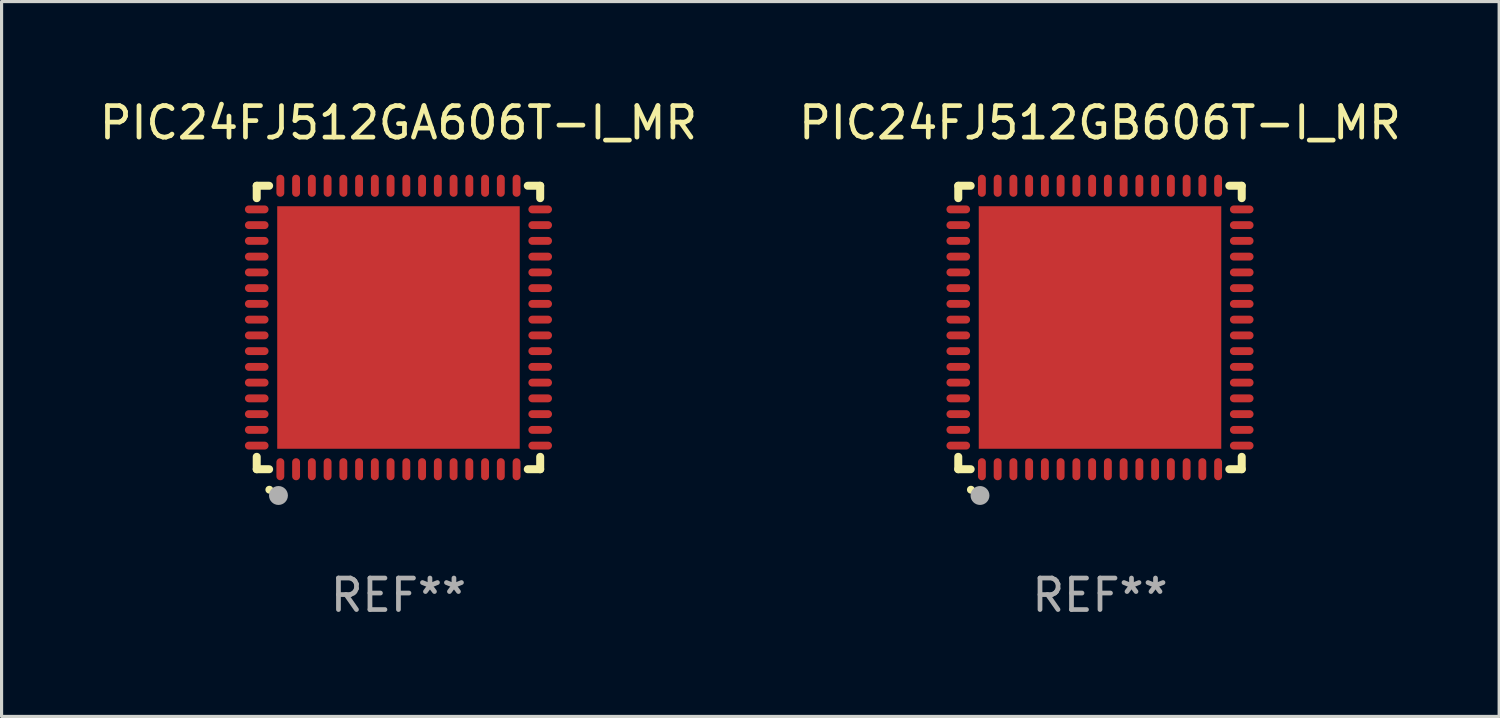
<source format=kicad_pcb>
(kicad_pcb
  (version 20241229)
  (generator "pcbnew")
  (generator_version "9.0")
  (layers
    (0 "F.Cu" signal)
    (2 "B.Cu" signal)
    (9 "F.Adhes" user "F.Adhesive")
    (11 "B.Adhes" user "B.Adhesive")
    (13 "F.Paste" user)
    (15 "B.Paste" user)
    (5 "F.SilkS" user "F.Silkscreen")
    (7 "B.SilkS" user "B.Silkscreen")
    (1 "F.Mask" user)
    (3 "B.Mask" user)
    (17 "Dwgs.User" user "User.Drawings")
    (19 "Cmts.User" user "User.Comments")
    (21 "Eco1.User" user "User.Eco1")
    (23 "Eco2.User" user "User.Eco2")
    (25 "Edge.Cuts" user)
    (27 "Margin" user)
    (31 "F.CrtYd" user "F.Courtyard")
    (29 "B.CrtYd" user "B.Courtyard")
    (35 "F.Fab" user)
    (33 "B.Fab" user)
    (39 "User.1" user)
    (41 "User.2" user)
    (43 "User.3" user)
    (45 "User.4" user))
  (footprint "PIC24FJ512GA606T-I_MR"
    (layer "F.Cu")
    (at 9.601 7.348)
    (property "Reference" "PIC24FJ512GA606T-I_MR" (at 0 -6.5 0) (layer "F.SilkS") (effects (font (size 1 1) (thickness 0.15))))
    (attr through_hole)
    (fp_line (start -4.5 -4.5) (end -4.106 -4.5) (stroke (width 0.254) (type solid)) (layer "F.SilkS"))
    (fp_line (start -4.5 -4.106) (end -4.5 -4.5) (stroke (width 0.254) (type solid)) (layer "F.SilkS"))
    (fp_line (start -4.5 4.5) (end -4.5 4.106) (stroke (width 0.254) (type solid)) (layer "F.SilkS"))
    (fp_line (start -4.106 4.5) (end -4.5 4.5) (stroke (width 0.254) (type solid)) (layer "F.SilkS"))
    (fp_line (start 4.106 -4.5) (end 4.5 -4.5) (stroke (width 0.254) (type solid)) (layer "F.SilkS"))
    (fp_line (start 4.5 -4.5) (end 4.5 -4.106) (stroke (width 0.254) (type solid)) (layer "F.SilkS"))
    (fp_line (start 4.5 4.106) (end 4.5 4.5) (stroke (width 0.254) (type solid)) (layer "F.SilkS"))
    (fp_line (start 4.5 4.5) (end 4.106 4.5) (stroke (width 0.254) (type solid)) (layer "F.SilkS"))
    (fp_arc (start -4.099987 5.149898) (mid -4.098717 5.149892) (end -4.097447 5.149898) (stroke (width 0.24892) (type solid)) (layer "F.SilkS"))
    (fp_circle (center -4.5 4.5) (end -4.47 4.5) (stroke (width 0.06) (type solid)) (fill no) (layer "F.SilkS"))
    (fp_circle (center -3.81 5.334) (end -3.66 5.334) (stroke (width 0.3) (type solid)) (fill no) (layer "F.Fab"))
    (fp_text user "REF**" (at 0 8.5 0) (layer "F.Fab") (effects (font (size 1 1) (thickness 0.15))))
    (pad "1" smd oval (at -3.75 4.5) (size 0.25 0.7) (layers "F.Cu" "F.Mask" "F.Paste"))
    (pad "2" smd oval (at -3.25 4.5) (size 0.25 0.7) (layers "F.Cu" "F.Mask" "F.Paste"))
    (pad "3" smd oval (at -2.75 4.5) (size 0.25 0.7) (layers "F.Cu" "F.Mask" "F.Paste"))
    (pad "4" smd oval (at -2.25 4.5) (size 0.25 0.7) (layers "F.Cu" "F.Mask" "F.Paste"))
    (pad "5" smd oval (at -1.75 4.5) (size 0.25 0.7) (layers "F.Cu" "F.Mask" "F.Paste"))
    (pad "6" smd oval (at -1.25 4.5) (size 0.25 0.7) (layers "F.Cu" "F.Mask" "F.Paste"))
    (pad "7" smd oval (at -0.75 4.5) (size 0.25 0.7) (layers "F.Cu" "F.Mask" "F.Paste"))
    (pad "8" smd oval (at -0.25 4.5) (size 0.25 0.7) (layers "F.Cu" "F.Mask" "F.Paste"))
    (pad "9" smd oval (at 0.25 4.5) (size 0.25 0.7) (layers "F.Cu" "F.Mask" "F.Paste"))
    (pad "10" smd oval (at 0.75 4.5) (size 0.25 0.7) (layers "F.Cu" "F.Mask" "F.Paste"))
    (pad "11" smd oval (at 1.25 4.5) (size 0.25 0.7) (layers "F.Cu" "F.Mask" "F.Paste"))
    (pad "12" smd oval (at 1.75 4.5) (size 0.25 0.7) (layers "F.Cu" "F.Mask" "F.Paste"))
    (pad "13" smd oval (at 2.25 4.5) (size 0.25 0.7) (layers "F.Cu" "F.Mask" "F.Paste"))
    (pad "14" smd oval (at 2.75 4.5) (size 0.25 0.7) (layers "F.Cu" "F.Mask" "F.Paste"))
    (pad "15" smd oval (at 3.25 4.5) (size 0.25 0.7) (layers "F.Cu" "F.Mask" "F.Paste"))
    (pad "16" smd oval (at 3.75 4.5) (size 0.25 0.7) (layers "F.Cu" "F.Mask" "F.Paste"))
    (pad "17" smd oval (at 4.5 3.75) (size 0.75 0.25) (layers "F.Cu" "F.Mask" "F.Paste"))
    (pad "18" smd oval (at 4.5 3.25) (size 0.75 0.25) (layers "F.Cu" "F.Mask" "F.Paste"))
    (pad "19" smd oval (at 4.5 2.75) (size 0.75 0.25) (layers "F.Cu" "F.Mask" "F.Paste"))
    (pad "20" smd oval (at 4.5 2.25) (size 0.75 0.25) (layers "F.Cu" "F.Mask" "F.Paste"))
    (pad "21" smd oval (at 4.5 1.75) (size 0.75 0.25) (layers "F.Cu" "F.Mask" "F.Paste"))
    (pad "22" smd oval (at 4.5 1.25) (size 0.75 0.25) (layers "F.Cu" "F.Mask" "F.Paste"))
    (pad "23" smd oval (at 4.5 0.75) (size 0.75 0.25) (layers "F.Cu" "F.Mask" "F.Paste"))
    (pad "24" smd oval (at 4.5 0.25) (size 0.75 0.25) (layers "F.Cu" "F.Mask" "F.Paste"))
    (pad "25" smd oval (at 4.5 -0.25) (size 0.75 0.25) (layers "F.Cu" "F.Mask" "F.Paste"))
    (pad "26" smd oval (at 4.5 -0.75) (size 0.75 0.25) (layers "F.Cu" "F.Mask" "F.Paste"))
    (pad "27" smd oval (at 4.5 -1.25) (size 0.75 0.25) (layers "F.Cu" "F.Mask" "F.Paste"))
    (pad "28" smd oval (at 4.5 -1.75) (size 0.75 0.25) (layers "F.Cu" "F.Mask" "F.Paste"))
    (pad "29" smd oval (at 4.5 -2.25) (size 0.75 0.25) (layers "F.Cu" "F.Mask" "F.Paste"))
    (pad "30" smd oval (at 4.5 -2.75) (size 0.75 0.25) (layers "F.Cu" "F.Mask" "F.Paste"))
    (pad "31" smd oval (at 4.5 -3.25) (size 0.75 0.25) (layers "F.Cu" "F.Mask" "F.Paste"))
    (pad "32" smd oval (at 4.5 -3.75) (size 0.75 0.25) (layers "F.Cu" "F.Mask" "F.Paste"))
    (pad "33" smd oval (at 3.75 -4.5) (size 0.25 0.7) (layers "F.Cu" "F.Mask" "F.Paste"))
    (pad "34" smd oval (at 3.25 -4.5) (size 0.25 0.7) (layers "F.Cu" "F.Mask" "F.Paste"))
    (pad "35" smd oval (at 2.75 -4.5) (size 0.25 0.7) (layers "F.Cu" "F.Mask" "F.Paste"))
    (pad "36" smd oval (at 2.25 -4.5) (size 0.25 0.7) (layers "F.Cu" "F.Mask" "F.Paste"))
    (pad "37" smd oval (at 1.75 -4.5) (size 0.25 0.7) (layers "F.Cu" "F.Mask" "F.Paste"))
    (pad "38" smd oval (at 1.25 -4.5) (size 0.25 0.7) (layers "F.Cu" "F.Mask" "F.Paste"))
    (pad "39" smd oval (at 0.75 -4.5) (size 0.25 0.7) (layers "F.Cu" "F.Mask" "F.Paste"))
    (pad "40" smd oval (at 0.25 -4.5) (size 0.25 0.7) (layers "F.Cu" "F.Mask" "F.Paste"))
    (pad "41" smd oval (at -0.25 -4.5) (size 0.25 0.7) (layers "F.Cu" "F.Mask" "F.Paste"))
    (pad "42" smd oval (at -0.75 -4.5) (size 0.25 0.7) (layers "F.Cu" "F.Mask" "F.Paste"))
    (pad "43" smd oval (at -1.25 -4.5) (size 0.25 0.7) (layers "F.Cu" "F.Mask" "F.Paste"))
    (pad "44" smd oval (at -1.75 -4.5) (size 0.25 0.7) (layers "F.Cu" "F.Mask" "F.Paste"))
    (pad "45" smd oval (at -2.25 -4.5) (size 0.25 0.7) (layers "F.Cu" "F.Mask" "F.Paste"))
    (pad "46" smd oval (at -2.75 -4.5) (size 0.25 0.7) (layers "F.Cu" "F.Mask" "F.Paste"))
    (pad "47" smd oval (at -3.25 -4.5) (size 0.25 0.7) (layers "F.Cu" "F.Mask" "F.Paste"))
    (pad "48" smd oval (at -3.75 -4.5) (size 0.25 0.7) (layers "F.Cu" "F.Mask" "F.Paste"))
    (pad "49" smd oval (at -4.5 -3.75) (size 0.75 0.25) (layers "F.Cu" "F.Mask" "F.Paste"))
    (pad "50" smd oval (at -4.5 -3.25) (size 0.75 0.25) (layers "F.Cu" "F.Mask" "F.Paste"))
    (pad "51" smd oval (at -4.5 -2.75) (size 0.75 0.25) (layers "F.Cu" "F.Mask" "F.Paste"))
    (pad "52" smd oval (at -4.5 -2.25) (size 0.75 0.25) (layers "F.Cu" "F.Mask" "F.Paste"))
    (pad "53" smd oval (at -4.5 -1.75) (size 0.75 0.25) (layers "F.Cu" "F.Mask" "F.Paste"))
    (pad "54" smd oval (at -4.5 -1.25) (size 0.75 0.25) (layers "F.Cu" "F.Mask" "F.Paste"))
    (pad "55" smd oval (at -4.5 -0.75) (size 0.75 0.25) (layers "F.Cu" "F.Mask" "F.Paste"))
    (pad "56" smd oval (at -4.5 -0.25) (size 0.75 0.25) (layers "F.Cu" "F.Mask" "F.Paste"))
    (pad "57" smd oval (at -4.5 0.25) (size 0.75 0.25) (layers "F.Cu" "F.Mask" "F.Paste"))
    (pad "58" smd oval (at -4.5 0.75) (size 0.75 0.25) (layers "F.Cu" "F.Mask" "F.Paste"))
    (pad "59" smd oval (at -4.5 1.25) (size 0.75 0.25) (layers "F.Cu" "F.Mask" "F.Paste"))
    (pad "60" smd oval (at -4.5 1.75) (size 0.75 0.25) (layers "F.Cu" "F.Mask" "F.Paste"))
    (pad "61" smd oval (at -4.5 2.25) (size 0.75 0.25) (layers "F.Cu" "F.Mask" "F.Paste"))
    (pad "62" smd oval (at -4.5 2.75) (size 0.75 0.25) (layers "F.Cu" "F.Mask" "F.Paste"))
    (pad "63" smd oval (at -4.5 3.25) (size 0.75 0.25) (layers "F.Cu" "F.Mask" "F.Paste"))
    (pad "64" smd oval (at -4.5 3.75) (size 0.75 0.25) (layers "F.Cu" "F.Mask" "F.Paste"))
    (pad "65" smd rect (at 0.000394 -0.000013) (size 7.7 7.7) (layers "F.Cu" "F.Mask" "F.Paste")))
  (footprint "PIC24FJ512GB606T-I_MR"
    (layer "F.Cu")
    (at 31.875 7.348)
    (property "Reference" "PIC24FJ512GB606T-I_MR" (at 0 -6.5 0) (layer "F.SilkS") (effects (font (size 1 1) (thickness 0.15))))
    (attr through_hole)
    (fp_line (start -4.5 -4.5) (end -4.106 -4.5) (stroke (width 0.254) (type solid)) (layer "F.SilkS"))
    (fp_line (start -4.5 -4.106) (end -4.5 -4.5) (stroke (width 0.254) (type solid)) (layer "F.SilkS"))
    (fp_line (start -4.5 4.5) (end -4.5 4.106) (stroke (width 0.254) (type solid)) (layer "F.SilkS"))
    (fp_line (start -4.106 4.5) (end -4.5 4.5) (stroke (width 0.254) (type solid)) (layer "F.SilkS"))
    (fp_line (start 4.106 -4.5) (end 4.5 -4.5) (stroke (width 0.254) (type solid)) (layer "F.SilkS"))
    (fp_line (start 4.5 -4.5) (end 4.5 -4.106) (stroke (width 0.254) (type solid)) (layer "F.SilkS"))
    (fp_line (start 4.5 4.106) (end 4.5 4.5) (stroke (width 0.254) (type solid)) (layer "F.SilkS"))
    (fp_line (start 4.5 4.5) (end 4.106 4.5) (stroke (width 0.254) (type solid)) (layer "F.SilkS"))
    (fp_arc (start -4.099987 5.149898) (mid -4.098717 5.149892) (end -4.097447 5.149898) (stroke (width 0.24892) (type solid)) (layer "F.SilkS"))
    (fp_circle (center -4.5 4.5) (end -4.47 4.5) (stroke (width 0.06) (type solid)) (fill no) (layer "F.SilkS"))
    (fp_circle (center -3.81 5.334) (end -3.66 5.334) (stroke (width 0.3) (type solid)) (fill no) (layer "F.Fab"))
    (fp_text user "REF**" (at 0 8.5 0) (layer "F.Fab") (effects (font (size 1 1) (thickness 0.15))))
    (pad "1" smd oval (at -3.75 4.5) (size 0.25 0.7) (layers "F.Cu" "F.Mask" "F.Paste"))
    (pad "2" smd oval (at -3.25 4.5) (size 0.25 0.7) (layers "F.Cu" "F.Mask" "F.Paste"))
    (pad "3" smd oval (at -2.75 4.5) (size 0.25 0.7) (layers "F.Cu" "F.Mask" "F.Paste"))
    (pad "4" smd oval (at -2.25 4.5) (size 0.25 0.7) (layers "F.Cu" "F.Mask" "F.Paste"))
    (pad "5" smd oval (at -1.75 4.5) (size 0.25 0.7) (layers "F.Cu" "F.Mask" "F.Paste"))
    (pad "6" smd oval (at -1.25 4.5) (size 0.25 0.7) (layers "F.Cu" "F.Mask" "F.Paste"))
    (pad "7" smd oval (at -0.75 4.5) (size 0.25 0.7) (layers "F.Cu" "F.Mask" "F.Paste"))
    (pad "8" smd oval (at -0.25 4.5) (size 0.25 0.7) (layers "F.Cu" "F.Mask" "F.Paste"))
    (pad "9" smd oval (at 0.25 4.5) (size 0.25 0.7) (layers "F.Cu" "F.Mask" "F.Paste"))
    (pad "10" smd oval (at 0.75 4.5) (size 0.25 0.7) (layers "F.Cu" "F.Mask" "F.Paste"))
    (pad "11" smd oval (at 1.25 4.5) (size 0.25 0.7) (layers "F.Cu" "F.Mask" "F.Paste"))
    (pad "12" smd oval (at 1.75 4.5) (size 0.25 0.7) (layers "F.Cu" "F.Mask" "F.Paste"))
    (pad "13" smd oval (at 2.25 4.5) (size 0.25 0.7) (layers "F.Cu" "F.Mask" "F.Paste"))
    (pad "14" smd oval (at 2.75 4.5) (size 0.25 0.7) (layers "F.Cu" "F.Mask" "F.Paste"))
    (pad "15" smd oval (at 3.25 4.5) (size 0.25 0.7) (layers "F.Cu" "F.Mask" "F.Paste"))
    (pad "16" smd oval (at 3.75 4.5) (size 0.25 0.7) (layers "F.Cu" "F.Mask" "F.Paste"))
    (pad "17" smd oval (at 4.5 3.75) (size 0.75 0.25) (layers "F.Cu" "F.Mask" "F.Paste"))
    (pad "18" smd oval (at 4.5 3.25) (size 0.75 0.25) (layers "F.Cu" "F.Mask" "F.Paste"))
    (pad "19" smd oval (at 4.5 2.75) (size 0.75 0.25) (layers "F.Cu" "F.Mask" "F.Paste"))
    (pad "20" smd oval (at 4.5 2.25) (size 0.75 0.25) (layers "F.Cu" "F.Mask" "F.Paste"))
    (pad "21" smd oval (at 4.5 1.75) (size 0.75 0.25) (layers "F.Cu" "F.Mask" "F.Paste"))
    (pad "22" smd oval (at 4.5 1.25) (size 0.75 0.25) (layers "F.Cu" "F.Mask" "F.Paste"))
    (pad "23" smd oval (at 4.5 0.75) (size 0.75 0.25) (layers "F.Cu" "F.Mask" "F.Paste"))
    (pad "24" smd oval (at 4.5 0.25) (size 0.75 0.25) (layers "F.Cu" "F.Mask" "F.Paste"))
    (pad "25" smd oval (at 4.5 -0.25) (size 0.75 0.25) (layers "F.Cu" "F.Mask" "F.Paste"))
    (pad "26" smd oval (at 4.5 -0.75) (size 0.75 0.25) (layers "F.Cu" "F.Mask" "F.Paste"))
    (pad "27" smd oval (at 4.5 -1.25) (size 0.75 0.25) (layers "F.Cu" "F.Mask" "F.Paste"))
    (pad "28" smd oval (at 4.5 -1.75) (size 0.75 0.25) (layers "F.Cu" "F.Mask" "F.Paste"))
    (pad "29" smd oval (at 4.5 -2.25) (size 0.75 0.25) (layers "F.Cu" "F.Mask" "F.Paste"))
    (pad "30" smd oval (at 4.5 -2.75) (size 0.75 0.25) (layers "F.Cu" "F.Mask" "F.Paste"))
    (pad "31" smd oval (at 4.5 -3.25) (size 0.75 0.25) (layers "F.Cu" "F.Mask" "F.Paste"))
    (pad "32" smd oval (at 4.5 -3.75) (size 0.75 0.25) (layers "F.Cu" "F.Mask" "F.Paste"))
    (pad "33" smd oval (at 3.75 -4.5) (size 0.25 0.7) (layers "F.Cu" "F.Mask" "F.Paste"))
    (pad "34" smd oval (at 3.25 -4.5) (size 0.25 0.7) (layers "F.Cu" "F.Mask" "F.Paste"))
    (pad "35" smd oval (at 2.75 -4.5) (size 0.25 0.7) (layers "F.Cu" "F.Mask" "F.Paste"))
    (pad "36" smd oval (at 2.25 -4.5) (size 0.25 0.7) (layers "F.Cu" "F.Mask" "F.Paste"))
    (pad "37" smd oval (at 1.75 -4.5) (size 0.25 0.7) (layers "F.Cu" "F.Mask" "F.Paste"))
    (pad "38" smd oval (at 1.25 -4.5) (size 0.25 0.7) (layers "F.Cu" "F.Mask" "F.Paste"))
    (pad "39" smd oval (at 0.75 -4.5) (size 0.25 0.7) (layers "F.Cu" "F.Mask" "F.Paste"))
    (pad "40" smd oval (at 0.25 -4.5) (size 0.25 0.7) (layers "F.Cu" "F.Mask" "F.Paste"))
    (pad "41" smd oval (at -0.25 -4.5) (size 0.25 0.7) (layers "F.Cu" "F.Mask" "F.Paste"))
    (pad "42" smd oval (at -0.75 -4.5) (size 0.25 0.7) (layers "F.Cu" "F.Mask" "F.Paste"))
    (pad "43" smd oval (at -1.25 -4.5) (size 0.25 0.7) (layers "F.Cu" "F.Mask" "F.Paste"))
    (pad "44" smd oval (at -1.75 -4.5) (size 0.25 0.7) (layers "F.Cu" "F.Mask" "F.Paste"))
    (pad "45" smd oval (at -2.25 -4.5) (size 0.25 0.7) (layers "F.Cu" "F.Mask" "F.Paste"))
    (pad "46" smd oval (at -2.75 -4.5) (size 0.25 0.7) (layers "F.Cu" "F.Mask" "F.Paste"))
    (pad "47" smd oval (at -3.25 -4.5) (size 0.25 0.7) (layers "F.Cu" "F.Mask" "F.Paste"))
    (pad "48" smd oval (at -3.75 -4.5) (size 0.25 0.7) (layers "F.Cu" "F.Mask" "F.Paste"))
    (pad "49" smd oval (at -4.5 -3.75) (size 0.75 0.25) (layers "F.Cu" "F.Mask" "F.Paste"))
    (pad "50" smd oval (at -4.5 -3.25) (size 0.75 0.25) (layers "F.Cu" "F.Mask" "F.Paste"))
    (pad "51" smd oval (at -4.5 -2.75) (size 0.75 0.25) (layers "F.Cu" "F.Mask" "F.Paste"))
    (pad "52" smd oval (at -4.5 -2.25) (size 0.75 0.25) (layers "F.Cu" "F.Mask" "F.Paste"))
    (pad "53" smd oval (at -4.5 -1.75) (size 0.75 0.25) (layers "F.Cu" "F.Mask" "F.Paste"))
    (pad "54" smd oval (at -4.5 -1.25) (size 0.75 0.25) (layers "F.Cu" "F.Mask" "F.Paste"))
    (pad "55" smd oval (at -4.5 -0.75) (size 0.75 0.25) (layers "F.Cu" "F.Mask" "F.Paste"))
    (pad "56" smd oval (at -4.5 -0.25) (size 0.75 0.25) (layers "F.Cu" "F.Mask" "F.Paste"))
    (pad "57" smd oval (at -4.5 0.25) (size 0.75 0.25) (layers "F.Cu" "F.Mask" "F.Paste"))
    (pad "58" smd oval (at -4.5 0.75) (size 0.75 0.25) (layers "F.Cu" "F.Mask" "F.Paste"))
    (pad "59" smd oval (at -4.5 1.25) (size 0.75 0.25) (layers "F.Cu" "F.Mask" "F.Paste"))
    (pad "60" smd oval (at -4.5 1.75) (size 0.75 0.25) (layers "F.Cu" "F.Mask" "F.Paste"))
    (pad "61" smd oval (at -4.5 2.25) (size 0.75 0.25) (layers "F.Cu" "F.Mask" "F.Paste"))
    (pad "62" smd oval (at -4.5 2.75) (size 0.75 0.25) (layers "F.Cu" "F.Mask" "F.Paste"))
    (pad "63" smd oval (at -4.5 3.25) (size 0.75 0.25) (layers "F.Cu" "F.Mask" "F.Paste"))
    (pad "64" smd oval (at -4.5 3.75) (size 0.75 0.25) (layers "F.Cu" "F.Mask" "F.Paste"))
    (pad "65" smd rect (at 0.000394 -0.000013) (size 7.7 7.7) (layers "F.Cu" "F.Mask" "F.Paste")))
  (gr_rect
    (start -3 -3)
    (end 44.548 19.697)
    (stroke (width 0.1) (type default))
    (fill no)
    (layer "Edge.Cuts")))
</source>
